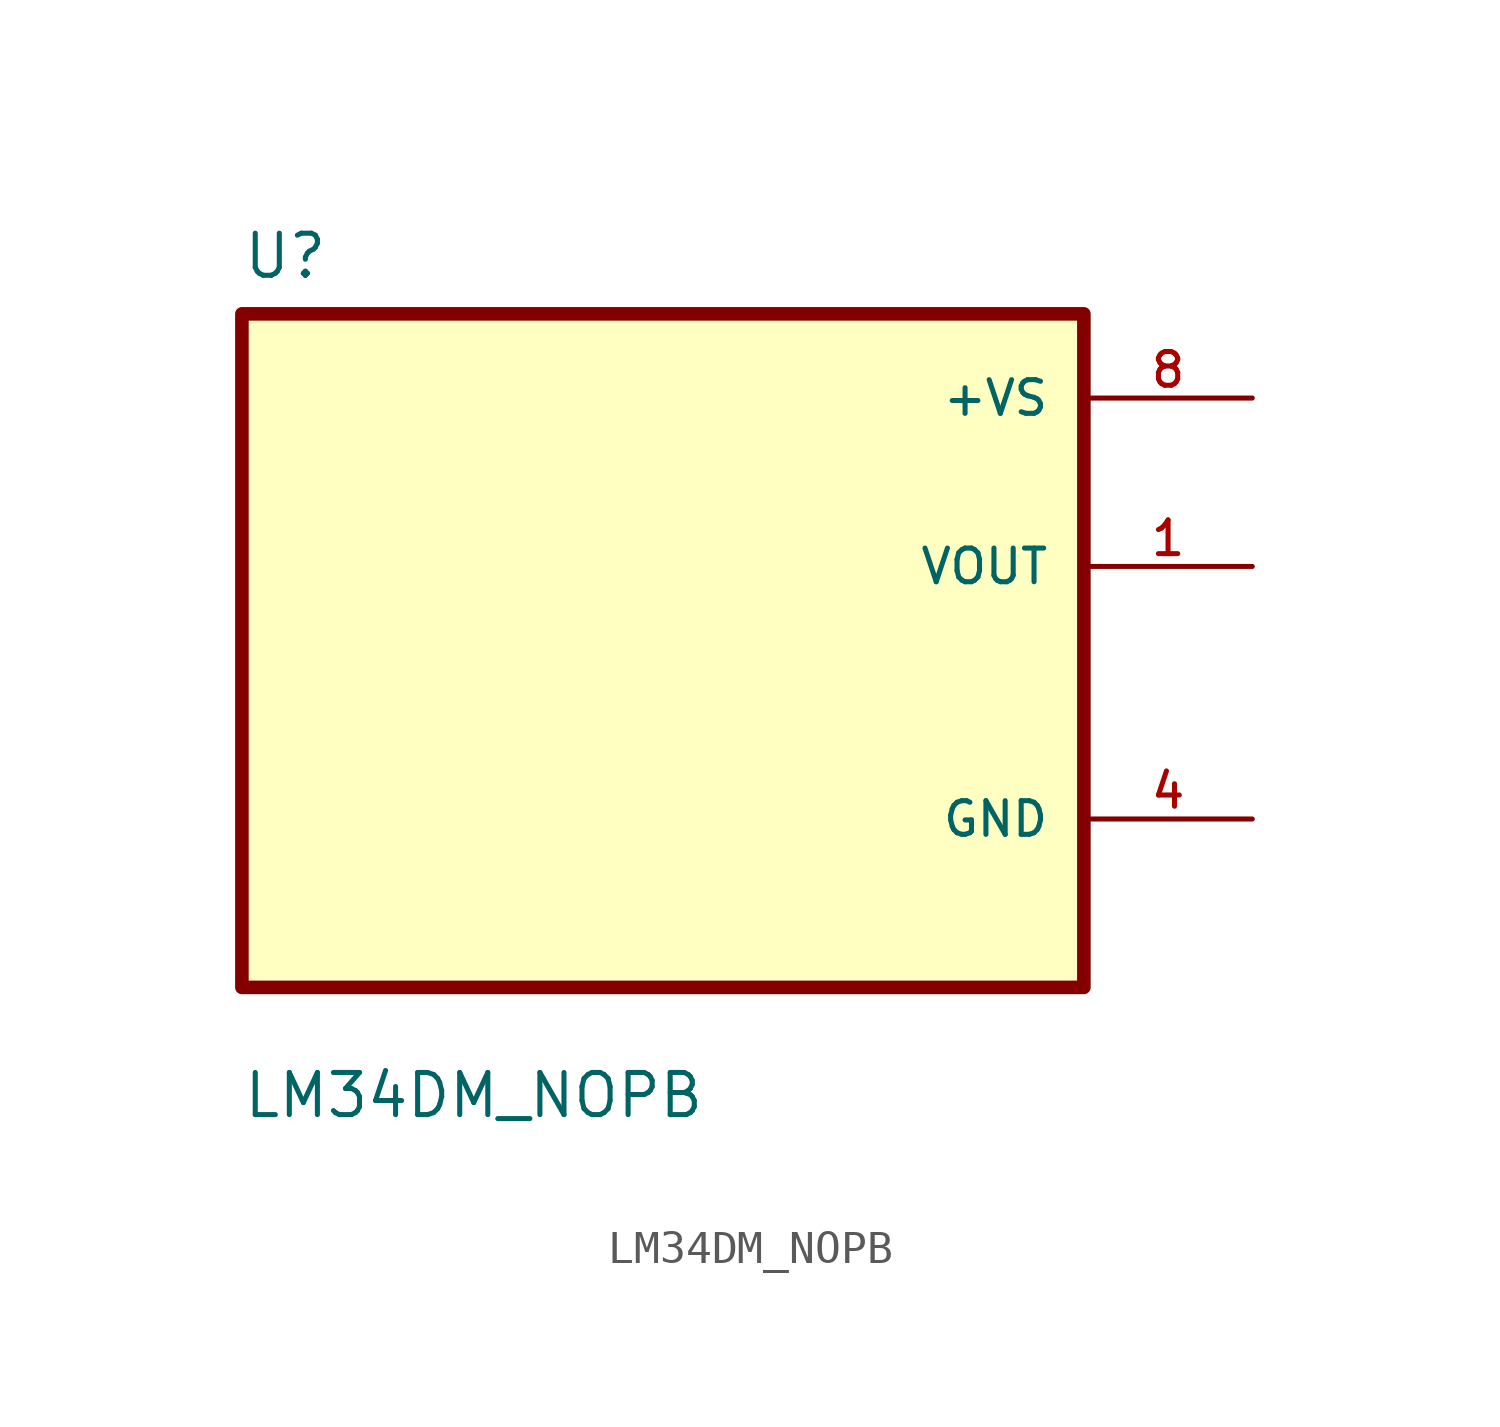
<source format=kicad_sym>
(kicad_symbol_lib
  (version 20211014)
  (generator kicad_symbol_editor)
  (symbol "LM34DM_NOPB"
    (pin_names
      (offset 1.016))
    (property "Reference" "U"
      (at -12.7 11.16 0.0)
      (effects (font (size 1.27 1.27)) (justify bottom left)))
    (property "Value" "LM34DM_NOPB"
      (at -12.7 -14.16 0.0)
      (effects (font (size 1.27 1.27)) (justify bottom left)))
    (symbol "LM34DM_NOPB_0_0"
      (rectangle (start -12.7 -10.16) (end 12.7 10.16) (stroke (width 0.41)) (fill (type background)))
      (pin power_in line (at 17.78 7.62 180.0) (length 5.08) (name "+VS" (effects (font (size 1.016 1.016)))) (number "8" (effects (font (size 1.016 1.016)))))
      (pin output line (at 17.78 2.54 180.0) (length 5.08) (name "VOUT" (effects (font (size 1.016 1.016)))) (number "1" (effects (font (size 1.016 1.016)))))
      (pin power_in line (at 17.78 -5.08 180.0) (length 5.08) (name "GND" (effects (font (size 1.016 1.016)))) (number "4" (effects (font (size 1.016 1.016))))))))
</source>
